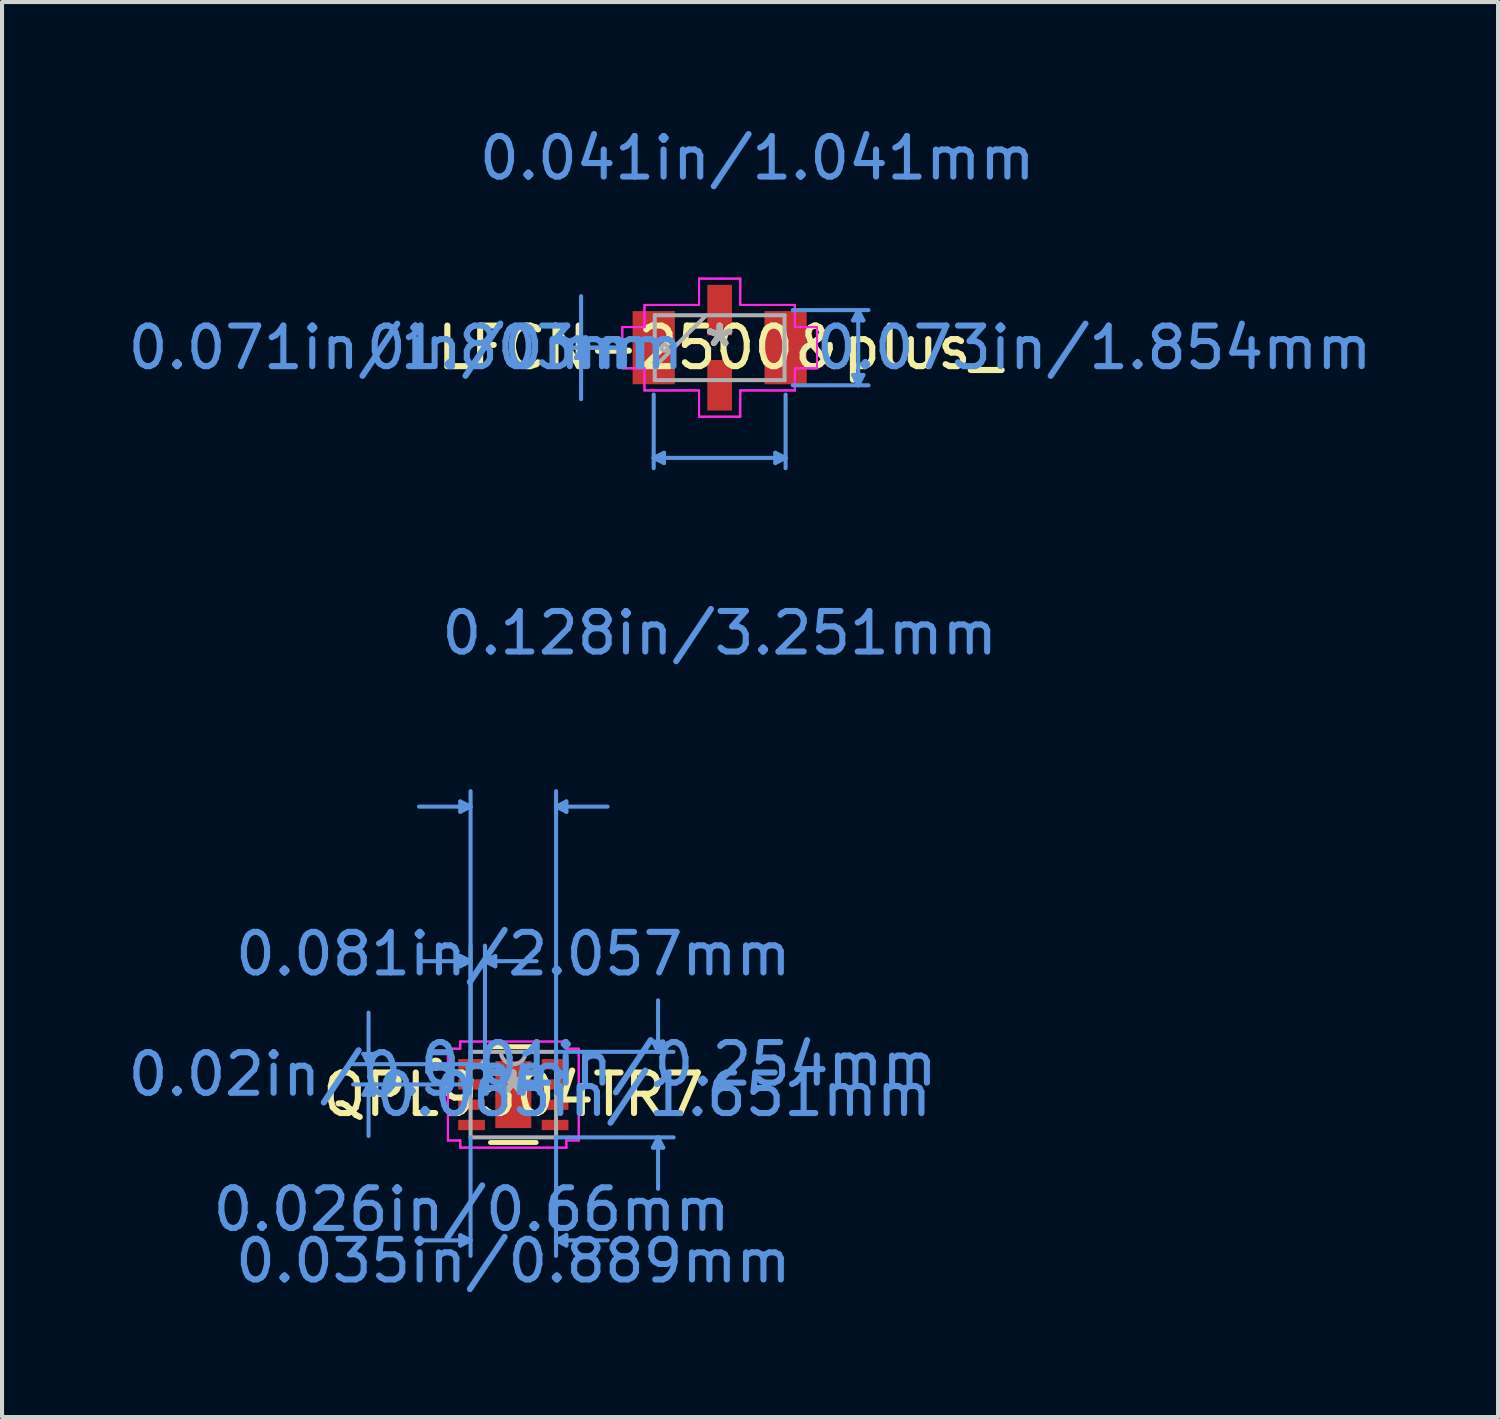
<source format=kicad_pcb>
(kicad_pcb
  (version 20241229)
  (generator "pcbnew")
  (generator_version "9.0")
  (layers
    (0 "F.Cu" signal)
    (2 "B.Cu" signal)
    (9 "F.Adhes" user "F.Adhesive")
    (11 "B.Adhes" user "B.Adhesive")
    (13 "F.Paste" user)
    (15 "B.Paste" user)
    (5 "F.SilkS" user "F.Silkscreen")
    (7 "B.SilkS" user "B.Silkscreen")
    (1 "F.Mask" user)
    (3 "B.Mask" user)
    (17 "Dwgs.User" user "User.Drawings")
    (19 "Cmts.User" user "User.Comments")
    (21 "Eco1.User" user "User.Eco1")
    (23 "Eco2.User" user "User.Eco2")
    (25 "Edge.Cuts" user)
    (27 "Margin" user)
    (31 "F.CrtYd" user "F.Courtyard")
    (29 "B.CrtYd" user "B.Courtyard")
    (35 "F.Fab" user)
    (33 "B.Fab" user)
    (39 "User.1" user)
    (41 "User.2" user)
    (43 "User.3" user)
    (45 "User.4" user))
  (footprint "QPL9504TR7"
    (layer "F.Cu")
    (at 9.606 23.937)
    (property "Reference" "QPL9504TR7" (at 0 0 0) (layer "F.SilkS") (effects (font (size 1 1) (thickness 0.15))))
    (attr through_hole)
    (fp_line (start -0.563 1.181) (end 0.563 1.181) (stroke (width 0.12) (type solid)) (layer "F.SilkS"))
    (fp_line (start 0.563 -1.181) (end -0.563 -1.181) (stroke (width 0.12) (type solid)) (layer "F.SilkS"))
    (fp_circle (center -1.91 -0.75) (end -1.808 -0.75) (stroke (width 0.12) (type solid)) (fill no) (layer "F.SilkS"))
    (fp_line (start -3.696 -1.004) (end -3.442 -1.004) (stroke (width 0.1) (type solid)) (layer "Cmts.User"))
    (fp_line (start -3.696 0.004) (end -3.442 0.004) (stroke (width 0.1) (type solid)) (layer "Cmts.User"))
    (fp_line (start -3.569 -0.75) (end -3.696 -1.004) (stroke (width 0.1) (type solid)) (layer "Cmts.User"))
    (fp_line (start -3.569 -0.75) (end -3.569 -2.02) (stroke (width 0.1) (type solid)) (layer "Cmts.User"))
    (fp_line (start -3.569 -0.75) (end -3.442 -1.004) (stroke (width 0.1) (type solid)) (layer "Cmts.User"))
    (fp_line (start -3.569 -0.25) (end -3.696 0.004) (stroke (width 0.1) (type solid)) (layer "Cmts.User"))
    (fp_line (start -3.569 -0.25) (end -3.569 1.02) (stroke (width 0.1) (type solid)) (layer "Cmts.User"))
    (fp_line (start -3.569 -0.25) (end -3.442 0.004) (stroke (width 0.1) (type solid)) (layer "Cmts.User"))
    (fp_line (start -1.308 -7.227) (end -1.308 -6.973) (stroke (width 0.1) (type solid)) (layer "Cmts.User"))
    (fp_line (start -1.308 -3.417) (end -1.308 -3.163) (stroke (width 0.1) (type solid)) (layer "Cmts.User"))
    (fp_line (start -1.308 3.467) (end -1.308 3.721) (stroke (width 0.1) (type solid)) (layer "Cmts.User"))
    (fp_line (start -1.054 -7.1) (end -2.324 -7.1) (stroke (width 0.1) (type solid)) (layer "Cmts.User"))
    (fp_line (start -1.054 -7.1) (end -1.308 -7.227) (stroke (width 0.1) (type solid)) (layer "Cmts.User"))
    (fp_line (start -1.054 -7.1) (end -1.308 -6.973) (stroke (width 0.1) (type solid)) (layer "Cmts.User"))
    (fp_line (start -1.054 -3.29) (end -2.324 -3.29) (stroke (width 0.1) (type solid)) (layer "Cmts.User"))
    (fp_line (start -1.054 -3.29) (end -1.308 -3.417) (stroke (width 0.1) (type solid)) (layer "Cmts.User"))
    (fp_line (start -1.054 -3.29) (end -1.308 -3.163) (stroke (width 0.1) (type solid)) (layer "Cmts.User"))
    (fp_line (start -1.054 -0.75) (end -1.054 -7.481) (stroke (width 0.1) (type solid)) (layer "Cmts.User"))
    (fp_line (start -1.054 -0.75) (end -1.054 -3.671) (stroke (width 0.1) (type solid)) (layer "Cmts.User"))
    (fp_line (start -1.054 1.054) (end -1.054 3.975) (stroke (width 0.1) (type solid)) (layer "Cmts.User"))
    (fp_line (start -1.054 3.594) (end -2.324 3.594) (stroke (width 0.1) (type solid)) (layer "Cmts.User"))
    (fp_line (start -1.054 3.594) (end -1.308 3.467) (stroke (width 0.1) (type solid)) (layer "Cmts.User"))
    (fp_line (start -1.054 3.594) (end -1.308 3.721) (stroke (width 0.1) (type solid)) (layer "Cmts.User"))
    (fp_line (start -1.029 -0.75) (end -3.95 -0.75) (stroke (width 0.1) (type solid)) (layer "Cmts.User"))
    (fp_line (start -1.029 -0.25) (end -3.95 -0.25) (stroke (width 0.1) (type solid)) (layer "Cmts.User"))
    (fp_line (start -0.699 -3.29) (end -0.445 -3.417) (stroke (width 0.1) (type solid)) (layer "Cmts.User"))
    (fp_line (start -0.699 -3.29) (end -0.445 -3.163) (stroke (width 0.1) (type solid)) (layer "Cmts.User"))
    (fp_line (start -0.699 -3.29) (end 0.572 -3.29) (stroke (width 0.1) (type solid)) (layer "Cmts.User"))
    (fp_line (start -0.699 -0.75) (end -0.699 -3.671) (stroke (width 0.1) (type solid)) (layer "Cmts.User"))
    (fp_line (start -0.445 -3.417) (end -0.445 -3.163) (stroke (width 0.1) (type solid)) (layer "Cmts.User"))
    (fp_line (start 1.054 -7.1) (end 1.308 -7.227) (stroke (width 0.1) (type solid)) (layer "Cmts.User"))
    (fp_line (start 1.054 -7.1) (end 1.308 -6.973) (stroke (width 0.1) (type solid)) (layer "Cmts.User"))
    (fp_line (start 1.054 -7.1) (end 2.324 -7.1) (stroke (width 0.1) (type solid)) (layer "Cmts.User"))
    (fp_line (start 1.054 -1.054) (end 3.95 -1.054) (stroke (width 0.1) (type solid)) (layer "Cmts.User"))
    (fp_line (start 1.054 -0.75) (end 1.054 -7.481) (stroke (width 0.1) (type solid)) (layer "Cmts.User"))
    (fp_line (start 1.054 1.054) (end 1.054 3.975) (stroke (width 0.1) (type solid)) (layer "Cmts.User"))
    (fp_line (start 1.054 1.054) (end 3.95 1.054) (stroke (width 0.1) (type solid)) (layer "Cmts.User"))
    (fp_line (start 1.054 3.594) (end 1.308 3.467) (stroke (width 0.1) (type solid)) (layer "Cmts.User"))
    (fp_line (start 1.054 3.594) (end 1.308 3.721) (stroke (width 0.1) (type solid)) (layer "Cmts.User"))
    (fp_line (start 1.054 3.594) (end 2.324 3.594) (stroke (width 0.1) (type solid)) (layer "Cmts.User"))
    (fp_line (start 1.308 -7.227) (end 1.308 -6.973) (stroke (width 0.1) (type solid)) (layer "Cmts.User"))
    (fp_line (start 1.308 3.467) (end 1.308 3.721) (stroke (width 0.1) (type solid)) (layer "Cmts.User"))
    (fp_line (start 3.442 -1.308) (end 3.696 -1.308) (stroke (width 0.1) (type solid)) (layer "Cmts.User"))
    (fp_line (start 3.442 1.308) (end 3.696 1.308) (stroke (width 0.1) (type solid)) (layer "Cmts.User"))
    (fp_line (start 3.569 -1.054) (end 3.442 -1.308) (stroke (width 0.1) (type solid)) (layer "Cmts.User"))
    (fp_line (start 3.569 -1.054) (end 3.569 -2.324) (stroke (width 0.1) (type solid)) (layer "Cmts.User"))
    (fp_line (start 3.569 -1.054) (end 3.696 -1.308) (stroke (width 0.1) (type solid)) (layer "Cmts.User"))
    (fp_line (start 3.569 1.054) (end 3.442 1.308) (stroke (width 0.1) (type solid)) (layer "Cmts.User"))
    (fp_line (start 3.569 1.054) (end 3.569 2.324) (stroke (width 0.1) (type solid)) (layer "Cmts.User"))
    (fp_line (start 3.569 1.054) (end 3.696 1.308) (stroke (width 0.1) (type solid)) (layer "Cmts.User"))
    (fp_line (start -1.613 -1.131) (end -1.308 -1.131) (stroke (width 0.05) (type solid)) (layer "F.CrtYd"))
    (fp_line (start -1.613 -1.131) (end -1.308 -1.131) (stroke (width 0.05) (type solid)) (layer "F.CrtYd"))
    (fp_line (start -1.613 1.131) (end -1.613 -1.131) (stroke (width 0.05) (type solid)) (layer "F.CrtYd"))
    (fp_line (start -1.613 1.131) (end -1.613 -1.131) (stroke (width 0.05) (type solid)) (layer "F.CrtYd"))
    (fp_line (start -1.613 1.131) (end -1.308 1.131) (stroke (width 0.05) (type solid)) (layer "F.CrtYd"))
    (fp_line (start -1.308 -1.308) (end 1.308 -1.308) (stroke (width 0.05) (type solid)) (layer "F.CrtYd"))
    (fp_line (start -1.308 -1.308) (end 1.308 -1.308) (stroke (width 0.05) (type solid)) (layer "F.CrtYd"))
    (fp_line (start -1.308 -1.131) (end -1.308 -1.308) (stroke (width 0.05) (type solid)) (layer "F.CrtYd"))
    (fp_line (start -1.308 -1.131) (end -1.308 -1.308) (stroke (width 0.05) (type solid)) (layer "F.CrtYd"))
    (fp_line (start -1.308 1.131) (end -1.613 1.131) (stroke (width 0.05) (type solid)) (layer "F.CrtYd"))
    (fp_line (start -1.308 1.308) (end -1.308 1.131) (stroke (width 0.05) (type solid)) (layer "F.CrtYd"))
    (fp_line (start -1.308 1.308) (end -1.308 1.131) (stroke (width 0.05) (type solid)) (layer "F.CrtYd"))
    (fp_line (start 1.308 -1.308) (end 1.308 -1.131) (stroke (width 0.05) (type solid)) (layer "F.CrtYd"))
    (fp_line (start 1.308 -1.308) (end 1.308 -1.131) (stroke (width 0.05) (type solid)) (layer "F.CrtYd"))
    (fp_line (start 1.308 -1.131) (end 1.613 -1.131) (stroke (width 0.05) (type solid)) (layer "F.CrtYd"))
    (fp_line (start 1.308 1.131) (end 1.308 1.308) (stroke (width 0.05) (type solid)) (layer "F.CrtYd"))
    (fp_line (start 1.308 1.131) (end 1.308 1.308) (stroke (width 0.05) (type solid)) (layer "F.CrtYd"))
    (fp_line (start 1.308 1.308) (end -1.308 1.308) (stroke (width 0.05) (type solid)) (layer "F.CrtYd"))
    (fp_line (start 1.308 1.308) (end -1.308 1.308) (stroke (width 0.05) (type solid)) (layer "F.CrtYd"))
    (fp_line (start 1.613 -1.131) (end 1.308 -1.131) (stroke (width 0.05) (type solid)) (layer "F.CrtYd"))
    (fp_line (start 1.613 -1.131) (end 1.613 1.131) (stroke (width 0.05) (type solid)) (layer "F.CrtYd"))
    (fp_line (start 1.613 -1.131) (end 1.613 1.131) (stroke (width 0.05) (type solid)) (layer "F.CrtYd"))
    (fp_line (start 1.613 1.131) (end 1.308 1.131) (stroke (width 0.05) (type solid)) (layer "F.CrtYd"))
    (fp_line (start 1.613 1.131) (end 1.308 1.131) (stroke (width 0.05) (type solid)) (layer "F.CrtYd"))
    (fp_line (start -1.054 -1.054) (end -1.054 1.054) (stroke (width 0.1) (type solid)) (layer "F.Fab"))
    (fp_line (start -1.054 1.054) (end 1.054 1.054) (stroke (width 0.1) (type solid)) (layer "F.Fab"))
    (fp_line (start 1.054 -1.054) (end -1.054 -1.054) (stroke (width 0.1) (type solid)) (layer "F.Fab"))
    (fp_line (start 1.054 1.054) (end 1.054 -1.054) (stroke (width 0.1) (type solid)) (layer "F.Fab"))
    (fp_arc (start 0.3048 -1.0541) (mid 0 -0.7493) (end -0.3048 -1.0541) (stroke (width 0.1) (type solid)) (layer "F.Fab"))
    (fp_circle (center -0.699 -0.75) (end -0.622 -0.75) (stroke (width 0.1) (type solid)) (fill no) (layer "F.Fab"))
    (fp_text user "*" (at 0 0 0) (layer "F.SilkS") (effects (font (size 1 1) (thickness 0.15))))
    (fp_text user "Copyright 2021 Accelerated Designs. All rights reserved." (at 0 0 0) (layer "Cmts.User") (effects (font (size 0.127 0.127) (thickness 0.002))))
    (fp_text user "0.02in/0.5mm" (at -4.077 -0.5 0) (layer "Cmts.User") (effects (font (size 1 1) (thickness 0.15))))
    (fp_text user "0.081in/2.057mm" (at 0 -3.467 0) (layer "Cmts.User") (effects (font (size 1 1) (thickness 0.15))))
    (fp_text user "0.026in/0.66mm" (at -1.029 2.832 0) (layer "Cmts.User") (effects (font (size 1 1) (thickness 0.15))))
    (fp_text user "0.035in/0.889mm" (at 0 4.102 0) (layer "Cmts.User") (effects (font (size 1 1) (thickness 0.15))))
    (fp_text user "0.065in/1.651mm" (at 3.467 0 0) (layer "Cmts.User") (effects (font (size 1 1) (thickness 0.15))))
    (fp_text user "0.01in/0.254mm" (at 4.077 -0.75 0) (layer "Cmts.User") (effects (font (size 1 1) (thickness 0.15))))
    (fp_text user "*" (at 0 0 0) (layer "F.Fab") (effects (font (size 1 1) (thickness 0.15))))
    (pad "1" smd rect (at -1.029 -0.75) (size 0.66 0.254) (layers "F.Cu" "F.Mask" "F.Paste"))
    (pad "2" smd rect (at -1.029 -0.25) (size 0.66 0.254) (layers "F.Cu" "F.Mask" "F.Paste"))
    (pad "3" smd rect (at -1.029 0.25) (size 0.66 0.254) (layers "F.Cu" "F.Mask" "F.Paste"))
    (pad "4" smd rect (at -1.029 0.75) (size 0.66 0.254) (layers "F.Cu" "F.Mask" "F.Paste"))
    (pad "5" smd rect (at 1.029 0.75) (size 0.66 0.254) (layers "F.Cu" "F.Mask" "F.Paste"))
    (pad "6" smd rect (at 1.029 0.25) (size 0.66 0.254) (layers "F.Cu" "F.Mask" "F.Paste"))
    (pad "7" smd rect (at 1.029 -0.25) (size 0.66 0.254) (layers "F.Cu" "F.Mask" "F.Paste"))
    (pad "8" smd rect (at 1.029 -0.75) (size 0.66 0.254) (layers "F.Cu" "F.Mask" "F.Paste"))
    (pad "9" smd rect (at 0 0) (size 0.889 1.651) (layers "F.Cu" "F.Mask" "F.Paste")))
  (footprint "LFCN-2500&plus_"
    (layer "F.Cu")
    (at 14.693 5.522)
    (property "Reference" "LFCN-2500&plus_" (at 0 0 0) (layer "F.SilkS") (effects (font (size 1 1) (thickness 0.15))))
    (attr through_hole)
    (fp_line (start -3.543 -0.254) (end -3.416 0) (stroke (width 0.1) (type solid)) (layer "Cmts.User"))
    (fp_line (start -3.543 0.254) (end -3.416 0) (stroke (width 0.1) (type solid)) (layer "Cmts.User"))
    (fp_line (start -3.416 0) (end -3.416 -1.27) (stroke (width 0.1) (type solid)) (layer "Cmts.User"))
    (fp_line (start -3.416 0) (end -3.416 1.27) (stroke (width 0.1) (type solid)) (layer "Cmts.User"))
    (fp_line (start -3.416 0) (end -3.289 -0.254) (stroke (width 0.1) (type solid)) (layer "Cmts.User"))
    (fp_line (start -3.416 0) (end -3.289 0.254) (stroke (width 0.1) (type solid)) (layer "Cmts.User"))
    (fp_line (start -3.289 -0.254) (end -3.543 -0.254) (stroke (width 0.1) (type solid)) (layer "Cmts.User"))
    (fp_line (start -3.289 0.254) (end -3.543 0.254) (stroke (width 0.1) (type solid)) (layer "Cmts.User"))
    (fp_line (start -2.4 0) (end -3.67 0) (stroke (width 0.1) (type solid)) (layer "Cmts.User"))
    (fp_line (start -2.4 0) (end -3.67 0) (stroke (width 0.1) (type solid)) (layer "Cmts.User"))
    (fp_line (start -1.626 1.156) (end -1.626 2.972) (stroke (width 0.1) (type solid)) (layer "Cmts.User"))
    (fp_line (start -1.626 2.718) (end -1.372 2.845) (stroke (width 0.1) (type solid)) (layer "Cmts.User"))
    (fp_line (start -1.626 2.718) (end 1.626 2.718) (stroke (width 0.1) (type solid)) (layer "Cmts.User"))
    (fp_line (start -1.372 2.591) (end -1.626 2.718) (stroke (width 0.1) (type solid)) (layer "Cmts.User"))
    (fp_line (start -1.372 2.845) (end -1.372 2.591) (stroke (width 0.1) (type solid)) (layer "Cmts.User"))
    (fp_line (start 1.372 2.591) (end 1.626 2.718) (stroke (width 0.1) (type solid)) (layer "Cmts.User"))
    (fp_line (start 1.372 2.845) (end 1.372 2.591) (stroke (width 0.1) (type solid)) (layer "Cmts.User"))
    (fp_line (start 1.626 1.156) (end 1.626 2.972) (stroke (width 0.1) (type solid)) (layer "Cmts.User"))
    (fp_line (start 1.626 2.718) (end 1.372 2.845) (stroke (width 0.1) (type solid)) (layer "Cmts.User"))
    (fp_line (start 1.803 -0.927) (end 3.67 -0.927) (stroke (width 0.1) (type solid)) (layer "Cmts.User"))
    (fp_line (start 1.803 0.927) (end 3.67 0.927) (stroke (width 0.1) (type solid)) (layer "Cmts.User"))
    (fp_line (start 3.289 -0.673) (end 3.543 -0.673) (stroke (width 0.1) (type solid)) (layer "Cmts.User"))
    (fp_line (start 3.289 0.673) (end 3.543 0.673) (stroke (width 0.1) (type solid)) (layer "Cmts.User"))
    (fp_line (start 3.416 -0.927) (end 3.289 -0.673) (stroke (width 0.1) (type solid)) (layer "Cmts.User"))
    (fp_line (start 3.416 0.927) (end 3.289 0.673) (stroke (width 0.1) (type solid)) (layer "Cmts.User"))
    (fp_line (start 3.416 0.927) (end 3.416 -0.927) (stroke (width 0.1) (type solid)) (layer "Cmts.User"))
    (fp_line (start 3.543 -0.673) (end 3.416 -0.927) (stroke (width 0.1) (type solid)) (layer "Cmts.User"))
    (fp_line (start 3.543 0.673) (end 3.416 0.927) (stroke (width 0.1) (type solid)) (layer "Cmts.User"))
    (fp_line (start -2.4 -0.508) (end -1.854 -0.508) (stroke (width 0.05) (type solid)) (layer "F.CrtYd"))
    (fp_line (start -2.4 -0.508) (end -1.854 -0.508) (stroke (width 0.05) (type solid)) (layer "F.CrtYd"))
    (fp_line (start -2.4 0.508) (end -2.4 -0.508) (stroke (width 0.05) (type solid)) (layer "F.CrtYd"))
    (fp_line (start -2.4 0.508) (end -2.4 -0.508) (stroke (width 0.05) (type solid)) (layer "F.CrtYd"))
    (fp_line (start -1.854 -1.054) (end -0.508 -1.054) (stroke (width 0.05) (type solid)) (layer "F.CrtYd"))
    (fp_line (start -1.854 -1.054) (end -0.508 -1.054) (stroke (width 0.05) (type solid)) (layer "F.CrtYd"))
    (fp_line (start -1.854 -0.508) (end -1.854 -1.054) (stroke (width 0.05) (type solid)) (layer "F.CrtYd"))
    (fp_line (start -1.854 -0.508) (end -1.854 -1.054) (stroke (width 0.05) (type solid)) (layer "F.CrtYd"))
    (fp_line (start -1.854 0.508) (end -2.4 0.508) (stroke (width 0.05) (type solid)) (layer "F.CrtYd"))
    (fp_line (start -1.854 0.508) (end -2.4 0.508) (stroke (width 0.05) (type solid)) (layer "F.CrtYd"))
    (fp_line (start -1.854 1.054) (end -1.854 0.508) (stroke (width 0.05) (type solid)) (layer "F.CrtYd"))
    (fp_line (start -1.854 1.054) (end -1.854 0.508) (stroke (width 0.05) (type solid)) (layer "F.CrtYd"))
    (fp_line (start -0.508 -1.702) (end 0.508 -1.702) (stroke (width 0.05) (type solid)) (layer "F.CrtYd"))
    (fp_line (start -0.508 -1.702) (end 0.508 -1.702) (stroke (width 0.05) (type solid)) (layer "F.CrtYd"))
    (fp_line (start -0.508 -1.054) (end -0.508 -1.702) (stroke (width 0.05) (type solid)) (layer "F.CrtYd"))
    (fp_line (start -0.508 -1.054) (end -0.508 -1.702) (stroke (width 0.05) (type solid)) (layer "F.CrtYd"))
    (fp_line (start -0.508 1.054) (end -1.854 1.054) (stroke (width 0.05) (type solid)) (layer "F.CrtYd"))
    (fp_line (start -0.508 1.054) (end -1.854 1.054) (stroke (width 0.05) (type solid)) (layer "F.CrtYd"))
    (fp_line (start -0.508 1.702) (end -0.508 1.054) (stroke (width 0.05) (type solid)) (layer "F.CrtYd"))
    (fp_line (start -0.508 1.702) (end -0.508 1.054) (stroke (width 0.05) (type solid)) (layer "F.CrtYd"))
    (fp_line (start 0.508 -1.702) (end 0.508 -1.054) (stroke (width 0.05) (type solid)) (layer "F.CrtYd"))
    (fp_line (start 0.508 -1.702) (end 0.508 -1.054) (stroke (width 0.05) (type solid)) (layer "F.CrtYd"))
    (fp_line (start 0.508 -1.054) (end 1.854 -1.054) (stroke (width 0.05) (type solid)) (layer "F.CrtYd"))
    (fp_line (start 0.508 -1.054) (end 1.854 -1.054) (stroke (width 0.05) (type solid)) (layer "F.CrtYd"))
    (fp_line (start 0.508 1.054) (end 0.508 1.702) (stroke (width 0.05) (type solid)) (layer "F.CrtYd"))
    (fp_line (start 0.508 1.054) (end 0.508 1.702) (stroke (width 0.05) (type solid)) (layer "F.CrtYd"))
    (fp_line (start 0.508 1.702) (end -0.508 1.702) (stroke (width 0.05) (type solid)) (layer "F.CrtYd"))
    (fp_line (start 0.508 1.702) (end -0.508 1.702) (stroke (width 0.05) (type solid)) (layer "F.CrtYd"))
    (fp_line (start 1.854 -1.054) (end 1.854 -0.508) (stroke (width 0.05) (type solid)) (layer "F.CrtYd"))
    (fp_line (start 1.854 -1.054) (end 1.854 -0.508) (stroke (width 0.05) (type solid)) (layer "F.CrtYd"))
    (fp_line (start 1.854 -0.508) (end 2.4 -0.508) (stroke (width 0.05) (type solid)) (layer "F.CrtYd"))
    (fp_line (start 1.854 -0.508) (end 2.4 -0.508) (stroke (width 0.05) (type solid)) (layer "F.CrtYd"))
    (fp_line (start 1.854 0.508) (end 1.854 1.054) (stroke (width 0.05) (type solid)) (layer "F.CrtYd"))
    (fp_line (start 1.854 0.508) (end 1.854 1.054) (stroke (width 0.05) (type solid)) (layer "F.CrtYd"))
    (fp_line (start 1.854 1.054) (end 0.508 1.054) (stroke (width 0.05) (type solid)) (layer "F.CrtYd"))
    (fp_line (start 1.854 1.054) (end 0.508 1.054) (stroke (width 0.05) (type solid)) (layer "F.CrtYd"))
    (fp_line (start 2.4 -0.508) (end 2.4 0.508) (stroke (width 0.05) (type solid)) (layer "F.CrtYd"))
    (fp_line (start 2.4 -0.508) (end 2.4 0.508) (stroke (width 0.05) (type solid)) (layer "F.CrtYd"))
    (fp_line (start 2.4 0.508) (end 1.854 0.508) (stroke (width 0.05) (type solid)) (layer "F.CrtYd"))
    (fp_line (start 2.4 0.508) (end 1.854 0.508) (stroke (width 0.05) (type solid)) (layer "F.CrtYd"))
    (fp_line (start -1.6 -0.8) (end -1.6 0.8) (stroke (width 0.1) (type solid)) (layer "F.Fab"))
    (fp_line (start -1.6 0.47) (end -0.33 -0.8) (stroke (width 0.1) (type solid)) (layer "F.Fab"))
    (fp_line (start -1.6 0.8) (end 1.6 0.8) (stroke (width 0.1) (type solid)) (layer "F.Fab"))
    (fp_line (start 1.6 -0.8) (end -1.6 -0.8) (stroke (width 0.1) (type solid)) (layer "F.Fab"))
    (fp_line (start 1.6 0.8) (end 1.6 -0.8) (stroke (width 0.1) (type solid)) (layer "F.Fab"))
    (fp_circle (center -1.359 0) (end -1.283 0) (stroke (width 0.1) (type solid)) (fill no) (layer "F.Fab"))
    (fp_text user "*" (at 0 0 0) (layer "F.SilkS") (effects (font (size 1 1) (thickness 0.15))))
    (fp_text user "0.041in/1.041mm" (at 0.927 -4.674 0) (layer "Cmts.User") (effects (font (size 1 1) (thickness 0.15))))
    (fp_text user "0.128in/3.251mm" (at 0 7.036 0) (layer "Cmts.User") (effects (font (size 1 1) (thickness 0.15))))
    (fp_text user "0.073in/1.854mm" (at 9.233 0 0) (layer "Cmts.User") (effects (font (size 1 1) (thickness 0.15))))
    (fp_text user "0in/0mm" (at -5.194 0 0) (layer "Cmts.User") (effects (font (size 1 1) (thickness 0.15))))
    (fp_text user "Copyright 2021 Accelerated Designs. All rights reserved." (at 0 0 0) (layer "Cmts.User") (effects (font (size 0.127 0.127) (thickness 0.002))))
    (fp_text user "0.071in/1.803mm" (at -7.734 0 0) (layer "Cmts.User") (effects (font (size 1 1) (thickness 0.15))))
    (fp_text user "*" (at 0 0 0) (layer "F.Fab") (effects (font (size 1 1) (thickness 0.15))))
    (pad "1" smd rect (at -1.626 0) (size 1.041 1.803) (layers "F.Cu" "F.Mask" "F.Paste"))
    (pad "2" smd rect (at 0 0.927 90) (size 1.245 0.61) (layers "F.Cu" "F.Mask" "F.Paste"))
    (pad "3" smd rect (at 1.626 0) (size 1.041 1.803) (layers "F.Cu" "F.Mask" "F.Paste"))
    (pad "4" smd rect (at 0 -0.927 90) (size 1.245 0.61) (layers "F.Cu" "F.Mask" "F.Paste")))
  (gr_rect
    (start -3 -3)
    (end 33.884 31.887)
    (stroke (width 0.1) (type default))
    (fill no)
    (layer "Edge.Cuts")))
</source>
